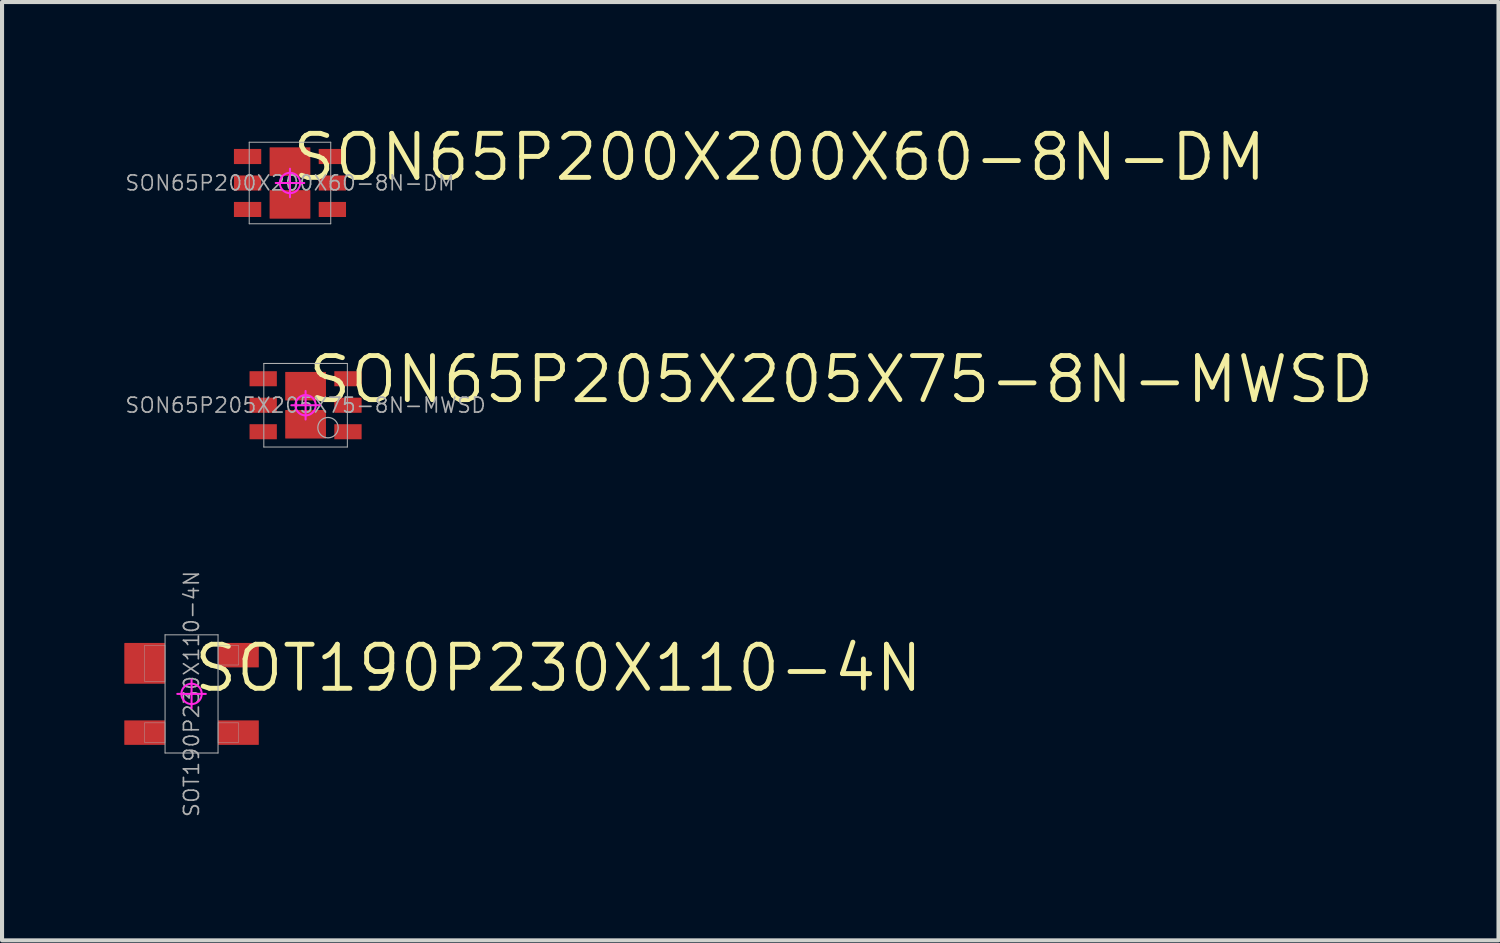
<source format=kicad_pcb>
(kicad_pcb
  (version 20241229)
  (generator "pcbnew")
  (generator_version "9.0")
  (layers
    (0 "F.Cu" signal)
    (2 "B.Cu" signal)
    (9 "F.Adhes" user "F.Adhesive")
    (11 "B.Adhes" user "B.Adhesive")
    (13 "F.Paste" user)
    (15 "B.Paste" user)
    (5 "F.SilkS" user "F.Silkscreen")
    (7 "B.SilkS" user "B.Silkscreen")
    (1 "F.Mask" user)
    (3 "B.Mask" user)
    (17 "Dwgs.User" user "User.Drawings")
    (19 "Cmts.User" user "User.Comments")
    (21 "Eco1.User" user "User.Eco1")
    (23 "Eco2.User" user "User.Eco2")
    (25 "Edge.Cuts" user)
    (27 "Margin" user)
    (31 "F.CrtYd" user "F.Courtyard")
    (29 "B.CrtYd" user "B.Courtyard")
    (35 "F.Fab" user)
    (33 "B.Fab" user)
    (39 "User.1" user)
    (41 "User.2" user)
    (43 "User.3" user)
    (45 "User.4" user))
  (footprint "SOT190P230X110-4N"
    (layer "F.Cu")
    (at 1.65 13.976)
    (property "Reference" "SOT190P230X110-4N" (at 0 0 0) (unlocked yes) (layer "F.SilkS") (effects (font (size 1.08 1.08) (thickness 0.12)) (justify left bottom)))
    (fp_line (start -0.35 0) (end 0.35 0) (stroke (width 0.05) (type solid)) (layer "F.CrtYd"))
    (fp_line (start 0 0.35) (end 0 -0.35) (stroke (width 0.05) (type solid)) (layer "F.CrtYd"))
    (fp_circle (center 0 0) (end 0.25 0) (stroke (width 0.05) (type solid)) (fill no) (layer "F.CrtYd"))
    (fp_line (start -1.15 -1.19) (end -1.15 -0.31) (stroke (width 0.01) (type solid)) (layer "F.Fab"))
    (fp_line (start -1.15 -0.31) (end -0.65 -0.31) (stroke (width 0.01) (type solid)) (layer "F.Fab"))
    (fp_line (start -1.15 0.71) (end -1.15 1.19) (stroke (width 0.01) (type solid)) (layer "F.Fab"))
    (fp_line (start -1.15 1.19) (end -0.65 1.19) (stroke (width 0.01) (type solid)) (layer "F.Fab"))
    (fp_line (start -0.65 -1.45) (end -0.65 1.45) (stroke (width 0.025) (type solid)) (layer "F.Fab"))
    (fp_line (start -0.65 -1.19) (end -1.15 -1.19) (stroke (width 0.01) (type solid)) (layer "F.Fab"))
    (fp_line (start -0.65 -0.31) (end -0.65 -1.19) (stroke (width 0.01) (type solid)) (layer "F.Fab"))
    (fp_line (start -0.65 0.71) (end -1.15 0.71) (stroke (width 0.01) (type solid)) (layer "F.Fab"))
    (fp_line (start -0.65 1.19) (end -0.65 0.71) (stroke (width 0.01) (type solid)) (layer "F.Fab"))
    (fp_line (start -0.65 1.45) (end 0.65 1.45) (stroke (width 0.025) (type solid)) (layer "F.Fab"))
    (fp_line (start 0.65 -1.45) (end -0.65 -1.45) (stroke (width 0.025) (type solid)) (layer "F.Fab"))
    (fp_line (start 0.65 -1.19) (end 0.65 -0.71) (stroke (width 0.01) (type solid)) (layer "F.Fab"))
    (fp_line (start 0.65 -0.71) (end 1.15 -0.71) (stroke (width 0.01) (type solid)) (layer "F.Fab"))
    (fp_line (start 0.65 0.71) (end 0.65 1.19) (stroke (width 0.01) (type solid)) (layer "F.Fab"))
    (fp_line (start 0.65 1.19) (end 1.15 1.19) (stroke (width 0.01) (type solid)) (layer "F.Fab"))
    (fp_line (start 0.65 1.45) (end 0.65 -1.45) (stroke (width 0.025) (type solid)) (layer "F.Fab"))
    (fp_line (start 1.15 -1.19) (end 0.65 -1.19) (stroke (width 0.01) (type solid)) (layer "F.Fab"))
    (fp_line (start 1.15 -0.71) (end 1.15 -1.19) (stroke (width 0.01) (type solid)) (layer "F.Fab"))
    (fp_line (start 1.15 0.71) (end 0.65 0.71) (stroke (width 0.01) (type solid)) (layer "F.Fab"))
    (fp_line (start 1.15 1.19) (end 1.15 0.71) (stroke (width 0.01) (type solid)) (layer "F.Fab"))
    (fp_text user "${REFERENCE}" (at 0 0 90) (unlocked yes) (layer "F.Fab") (effects (font (size 0.366 0.366) (thickness 0.041))))
    (pad "1" smd roundrect (at -1.15 -0.75) (size 1 1) (layers "F.Cu" "F.Mask" "F.Paste") (roundrect_rratio 0.015))
    (pad "2" smd roundrect (at -1.15 0.95) (size 1 0.6) (layers "F.Cu" "F.Mask" "F.Paste") (roundrect_rratio 0.015))
    (pad "3" smd roundrect (at 1.15 0.95) (size 1 0.6) (layers "F.Cu" "F.Mask" "F.Paste") (roundrect_rratio 0.015))
    (pad "4" smd roundrect (at 1.15 -0.95) (size 1 0.6) (layers "F.Cu" "F.Mask" "F.Paste") (roundrect_rratio 0.015)))
  (footprint "SON65P200X200X60-8N-DM"
    (layer "F.Cu")
    (at 4.065 1.44)
    (property "Reference" "SON65P200X200X60-8N-DM" (at 0 0 0) (unlocked yes) (layer "F.SilkS") (effects (font (size 1.08 1.08) (thickness 0.12)) (justify left bottom)))
    (fp_line (start 0 0.35) (end 0 -0.35) (stroke (width 0.05) (type solid)) (layer "F.CrtYd"))
    (fp_line (start 0.35 0) (end -0.35 0) (stroke (width 0.05) (type solid)) (layer "F.CrtYd"))
    (fp_circle (center 0 0) (end 0.25 0) (stroke (width 0.05) (type solid)) (fill no) (layer "F.CrtYd"))
    (fp_line (start -1 -1) (end -1 1) (stroke (width 0.025) (type solid)) (layer "F.Fab"))
    (fp_line (start -1 1) (end 1 1) (stroke (width 0.025) (type solid)) (layer "F.Fab"))
    (fp_line (start 1 -1) (end -1 -1) (stroke (width 0.025) (type solid)) (layer "F.Fab"))
    (fp_line (start 1 1) (end 1 -1) (stroke (width 0.025) (type solid)) (layer "F.Fab"))
    (fp_text user "${REFERENCE}" (at 0 0 0) (unlocked yes) (layer "F.Fab") (effects (font (size 0.366 0.366) (thickness 0.041))))
    (pad "D1" smd roundrect (at 1.04 -0.65) (size 0.67 0.37) (layers "F.Cu" "F.Mask" "F.Paste") (roundrect_rratio 0.015))
    (pad "D1'" smd roundrect (at 0 -0.525) (size 1 0.7) (layers "F.Cu" "F.Mask" "F.Paste") (roundrect_rratio 0.015))
    (pad "D2" smd roundrect (at -1.04 0.65) (size 0.67 0.37) (layers "F.Cu" "F.Mask" "F.Paste") (roundrect_rratio 0.015))
    (pad "D2'" smd roundrect (at 0 0.525) (size 1 0.7) (layers "F.Cu" "F.Mask" "F.Paste") (roundrect_rratio 0.015))
    (pad "G1" smd roundrect (at -1.04 0) (size 0.67 0.37) (layers "F.Cu" "F.Mask" "F.Paste") (roundrect_rratio 0.015))
    (pad "G2" smd roundrect (at 1.04 0) (size 0.67 0.37) (layers "F.Cu" "F.Mask" "F.Paste") (roundrect_rratio 0.015))
    (pad "S1" smd roundrect (at -1.04 -0.65) (size 0.67 0.37) (layers "F.Cu" "F.Mask" "F.Paste") (roundrect_rratio 0.015))
    (pad "S2" smd roundrect (at 1.04 0.65) (size 0.67 0.37) (layers "F.Cu" "F.Mask" "F.Paste") (roundrect_rratio 0.015)))
  (footprint "SON65P205X205X75-8N-MWSD"
    (layer "F.Cu")
    (at 4.448 6.893)
    (property "Reference" "SON65P205X205X75-8N-MWSD" (at 0 0 0) (unlocked yes) (layer "F.SilkS") (effects (font (size 1.08 1.08) (thickness 0.12)) (justify left bottom)))
    (fp_line (start -0.35 0) (end 0.35 0) (stroke (width 0.05) (type solid)) (layer "F.CrtYd"))
    (fp_line (start 0 0.35) (end 0 -0.35) (stroke (width 0.05) (type solid)) (layer "F.CrtYd"))
    (fp_circle (center 0 0) (end 0.25 0) (stroke (width 0.05) (type solid)) (fill no) (layer "F.CrtYd"))
    (fp_line (start -1.025 -1.025) (end -1.025 1.025) (stroke (width 0.025) (type solid)) (layer "F.Fab"))
    (fp_line (start -1.025 1.025) (end 1.025 1.025) (stroke (width 0.025) (type solid)) (layer "F.Fab"))
    (fp_line (start 1.025 -1.025) (end -1.025 -1.025) (stroke (width 0.025) (type solid)) (layer "F.Fab"))
    (fp_line (start 1.025 1.025) (end 1.025 -1.025) (stroke (width 0.025) (type solid)) (layer "F.Fab"))
    (fp_circle (center 0.55 0.55) (end 0.8 0.55) (stroke (width 0.03) (type solid)) (fill no) (layer "F.Fab"))
    (fp_text user "${REFERENCE}" (at 0 0 0) (unlocked yes) (layer "F.Fab") (effects (font (size 0.366 0.366) (thickness 0.041))))
    (pad "A" smd roundrect (at 1.04 0.65) (size 0.67 0.37) (layers "F.Cu" "F.Mask" "F.Paste") (roundrect_rratio 0.015))
    (pad "D" smd roundrect (at 1.04 -0.65) (size 0.67 0.37) (layers "F.Cu" "F.Mask" "F.Paste") (roundrect_rratio 0.015))
    (pad "D2" smd roundrect (at 0 -0.467) (size 1 0.7) (layers "F.Cu" "F.Mask" "F.Paste") (roundrect_rratio 0.015))
    (pad "G" smd roundrect (at -1.04 0) (size 0.67 0.37) (layers "F.Cu" "F.Mask" "F.Paste") (roundrect_rratio 0.015))
    (pad "K" smd roundrect (at -1.04 0.65) (size 0.67 0.37) (layers "F.Cu" "F.Mask" "F.Paste") (roundrect_rratio 0.015))
    (pad "K2" smd roundrect (at 0 0.467) (size 1 0.7) (layers "F.Cu" "F.Mask" "F.Paste") (roundrect_rratio 0.015))
    (pad "NC" smd roundrect (at 1.04 0) (size 0.67 0.37) (layers "F.Cu" "F.Mask" "F.Paste") (roundrect_rratio 0.015))
    (pad "S" smd roundrect (at -1.04 -0.65) (size 0.67 0.37) (layers "F.Cu" "F.Mask" "F.Paste") (roundrect_rratio 0.015)))
  (gr_rect
    (start -3 -3)
    (end 33.718 20.023)
    (stroke (width 0.1) (type default))
    (fill no)
    (layer "Edge.Cuts")))
</source>
